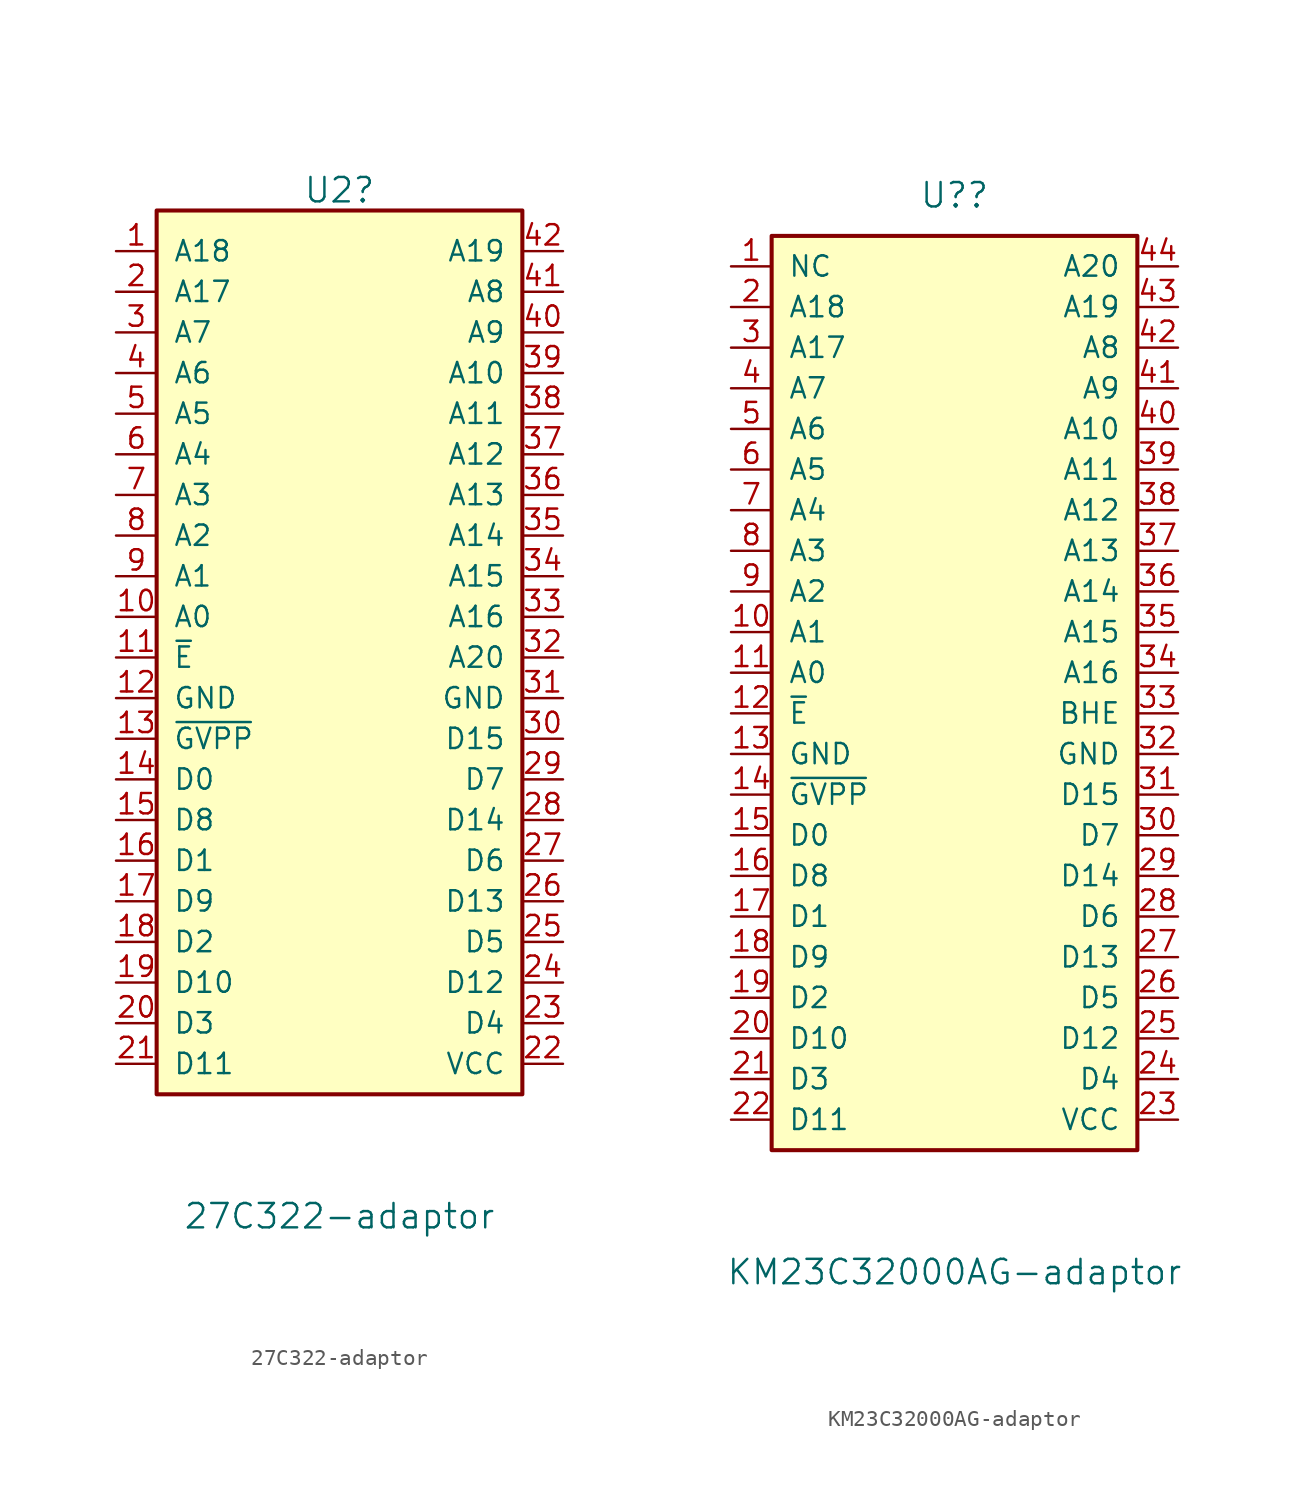
<source format=kicad_sym>
(kicad_symbol_lib
  (version 20211014)
  (generator kicad_symbol_editor)
  (symbol "27C322-adaptor"
    (pin_names
      (offset 1.016))
    (property "Reference" "U2"
      (at -2.54 10.16 0)
      (effects (font (size 1.524 1.524))))
    (property "Value" "27C322-adaptor"
      (at -2.54 -53.975 0)
      (effects (font (size 1.524 1.524))))
    (property "Datasheet" ""
      (at 0 0 0)
      (effects (font (size 1.524 1.524))))
    (symbol "27C322-adaptor_0_0"
      (pin power_in line (at 11.43 -21.59 180) (length 2.54) (name "GND" (effects (font (size 1.27 1.27)))) (number "31" (effects (font (size 1.27 1.27))))))
    (symbol "27C322-adaptor_1_1"
      (rectangle (start -13.97 8.89) (end 8.89 -46.355) (stroke (width 0.254) (type default) (color 0 0 0 0)) (fill (type background)))
      (pin input line (at -16.51 6.35 0) (length 2.54) (name "A18" (effects (font (size 1.27 1.27)))) (number "1" (effects (font (size 1.27 1.27)))))
      (pin input line (at -16.51 -16.51 0) (length 2.54) (name "A0" (effects (font (size 1.27 1.27)))) (number "10" (effects (font (size 1.27 1.27)))))
      (pin input line (at -16.51 -19.05 0) (length 2.54) (name "~{E}" (effects (font (size 1.27 1.27)))) (number "11" (effects (font (size 1.27 1.27)))))
      (pin power_in line (at -16.51 -21.59 0) (length 2.54) (name "GND" (effects (font (size 1.27 1.27)))) (number "12" (effects (font (size 1.27 1.27)))))
      (pin input line (at -16.51 -24.13 0) (length 2.54) (name "~{GVPP}" (effects (font (size 1.27 1.27)))) (number "13" (effects (font (size 1.27 1.27)))))
      (pin tri_state line (at -16.51 -26.67 0) (length 2.54) (name "D0" (effects (font (size 1.27 1.27)))) (number "14" (effects (font (size 1.27 1.27)))))
      (pin tri_state line (at -16.51 -29.21 0) (length 2.54) (name "D8" (effects (font (size 1.27 1.27)))) (number "15" (effects (font (size 1.27 1.27)))))
      (pin tri_state line (at -16.51 -31.75 0) (length 2.54) (name "D1" (effects (font (size 1.27 1.27)))) (number "16" (effects (font (size 1.27 1.27)))))
      (pin tri_state line (at -16.51 -34.29 0) (length 2.54) (name "D9" (effects (font (size 1.27 1.27)))) (number "17" (effects (font (size 1.27 1.27)))))
      (pin tri_state line (at -16.51 -36.83 0) (length 2.54) (name "D2" (effects (font (size 1.27 1.27)))) (number "18" (effects (font (size 1.27 1.27)))))
      (pin tri_state line (at -16.51 -39.37 0) (length 2.54) (name "D10" (effects (font (size 1.27 1.27)))) (number "19" (effects (font (size 1.27 1.27)))))
      (pin input line (at -16.51 3.81 0) (length 2.54) (name "A17" (effects (font (size 1.27 1.27)))) (number "2" (effects (font (size 1.27 1.27)))))
      (pin tri_state line (at -16.51 -41.91 0) (length 2.54) (name "D3" (effects (font (size 1.27 1.27)))) (number "20" (effects (font (size 1.27 1.27)))))
      (pin tri_state line (at -16.51 -44.45 0) (length 2.54) (name "D11" (effects (font (size 1.27 1.27)))) (number "21" (effects (font (size 1.27 1.27)))))
      (pin power_in line (at 11.43 -44.45 180) (length 2.54) (name "VCC" (effects (font (size 1.27 1.27)))) (number "22" (effects (font (size 1.27 1.27)))))
      (pin tri_state line (at 11.43 -41.91 180) (length 2.54) (name "D4" (effects (font (size 1.27 1.27)))) (number "23" (effects (font (size 1.27 1.27)))))
      (pin tri_state line (at 11.43 -39.37 180) (length 2.54) (name "D12" (effects (font (size 1.27 1.27)))) (number "24" (effects (font (size 1.27 1.27)))))
      (pin tri_state line (at 11.43 -36.83 180) (length 2.54) (name "D5" (effects (font (size 1.27 1.27)))) (number "25" (effects (font (size 1.27 1.27)))))
      (pin tri_state line (at 11.43 -34.29 180) (length 2.54) (name "D13" (effects (font (size 1.27 1.27)))) (number "26" (effects (font (size 1.27 1.27)))))
      (pin tri_state line (at 11.43 -31.75 180) (length 2.54) (name "D6" (effects (font (size 1.27 1.27)))) (number "27" (effects (font (size 1.27 1.27)))))
      (pin tri_state line (at 11.43 -29.21 180) (length 2.54) (name "D14" (effects (font (size 1.27 1.27)))) (number "28" (effects (font (size 1.27 1.27)))))
      (pin tri_state line (at 11.43 -26.67 180) (length 2.54) (name "D7" (effects (font (size 1.27 1.27)))) (number "29" (effects (font (size 1.27 1.27)))))
      (pin input line (at -16.51 1.27 0) (length 2.54) (name "A7" (effects (font (size 1.27 1.27)))) (number "3" (effects (font (size 1.27 1.27)))))
      (pin tri_state line (at 11.43 -24.13 180) (length 2.54) (name "D15" (effects (font (size 1.27 1.27)))) (number "30" (effects (font (size 1.27 1.27)))))
      (pin input line (at 11.43 -19.05 180) (length 2.54) (name "A20" (effects (font (size 1.27 1.27)))) (number "32" (effects (font (size 1.27 1.27)))))
      (pin input line (at 11.43 -16.51 180) (length 2.54) (name "A16" (effects (font (size 1.27 1.27)))) (number "33" (effects (font (size 1.27 1.27)))))
      (pin input line (at 11.43 -13.97 180) (length 2.54) (name "A15" (effects (font (size 1.27 1.27)))) (number "34" (effects (font (size 1.27 1.27)))))
      (pin input line (at 11.43 -11.43 180) (length 2.54) (name "A14" (effects (font (size 1.27 1.27)))) (number "35" (effects (font (size 1.27 1.27)))))
      (pin input line (at 11.43 -8.89 180) (length 2.54) (name "A13" (effects (font (size 1.27 1.27)))) (number "36" (effects (font (size 1.27 1.27)))))
      (pin input line (at 11.43 -6.35 180) (length 2.54) (name "A12" (effects (font (size 1.27 1.27)))) (number "37" (effects (font (size 1.27 1.27)))))
      (pin input line (at 11.43 -3.81 180) (length 2.54) (name "A11" (effects (font (size 1.27 1.27)))) (number "38" (effects (font (size 1.27 1.27)))))
      (pin input line (at 11.43 -1.27 180) (length 2.54) (name "A10" (effects (font (size 1.27 1.27)))) (number "39" (effects (font (size 1.27 1.27)))))
      (pin input line (at -16.51 -1.27 0) (length 2.54) (name "A6" (effects (font (size 1.27 1.27)))) (number "4" (effects (font (size 1.27 1.27)))))
      (pin input line (at 11.43 1.27 180) (length 2.54) (name "A9" (effects (font (size 1.27 1.27)))) (number "40" (effects (font (size 1.27 1.27)))))
      (pin input line (at 11.43 3.81 180) (length 2.54) (name "A8" (effects (font (size 1.27 1.27)))) (number "41" (effects (font (size 1.27 1.27)))))
      (pin input line (at 11.43 6.35 180) (length 2.54) (name "A19" (effects (font (size 1.27 1.27)))) (number "42" (effects (font (size 1.27 1.27)))))
      (pin input line (at -16.51 -3.81 0) (length 2.54) (name "A5" (effects (font (size 1.27 1.27)))) (number "5" (effects (font (size 1.27 1.27)))))
      (pin input line (at -16.51 -6.35 0) (length 2.54) (name "A4" (effects (font (size 1.27 1.27)))) (number "6" (effects (font (size 1.27 1.27)))))
      (pin input line (at -16.51 -8.89 0) (length 2.54) (name "A3" (effects (font (size 1.27 1.27)))) (number "7" (effects (font (size 1.27 1.27)))))
      (pin input line (at -16.51 -11.43 0) (length 2.54) (name "A2" (effects (font (size 1.27 1.27)))) (number "8" (effects (font (size 1.27 1.27)))))
      (pin input line (at -16.51 -13.97 0) (length 2.54) (name "A1" (effects (font (size 1.27 1.27)))) (number "9" (effects (font (size 1.27 1.27)))))))
  (symbol "KM23C32000AG-adaptor"
    (pin_names
      (offset 1.016))
    (property "Reference" "U?"
      (at -2.54 13.335 0)
      (effects (font (size 1.524 1.524))))
    (property "Value" "KM23C32000AG-adaptor"
      (at -2.54 -53.975 0)
      (effects (font (size 1.524 1.524))))
    (property "Datasheet" ""
      (at 0 0 0)
      (effects (font (size 1.524 1.524))))
    (symbol "KM23C32000AG-adaptor_0_0"
      (pin power_in line (at 11.43 -21.59 180) (length 2.54) (name "GND" (effects (font (size 1.27 1.27)))) (number "32" (effects (font (size 1.27 1.27))))))
    (symbol "KM23C32000AG-adaptor_1_1"
      (rectangle (start -13.97 10.795) (end 8.89 -46.355) (stroke (width 0.254) (type default) (color 0 0 0 0)) (fill (type background)))
      (pin input line (at -16.51 8.89 0) (length 2.54) (name "NC" (effects (font (size 1.27 1.27)))) (number "1" (effects (font (size 1.27 1.27)))))
      (pin input line (at -16.51 -13.97 0) (length 2.54) (name "A1" (effects (font (size 1.27 1.27)))) (number "10" (effects (font (size 1.27 1.27)))))
      (pin input line (at -16.51 -16.51 0) (length 2.54) (name "A0" (effects (font (size 1.27 1.27)))) (number "11" (effects (font (size 1.27 1.27)))))
      (pin input line (at -16.51 -19.05 0) (length 2.54) (name "~{E}" (effects (font (size 1.27 1.27)))) (number "12" (effects (font (size 1.27 1.27)))))
      (pin power_in line (at -16.51 -21.59 0) (length 2.54) (name "GND" (effects (font (size 1.27 1.27)))) (number "13" (effects (font (size 1.27 1.27)))))
      (pin input line (at -16.51 -24.13 0) (length 2.54) (name "~{GVPP}" (effects (font (size 1.27 1.27)))) (number "14" (effects (font (size 1.27 1.27)))))
      (pin tri_state line (at -16.51 -26.67 0) (length 2.54) (name "D0" (effects (font (size 1.27 1.27)))) (number "15" (effects (font (size 1.27 1.27)))))
      (pin tri_state line (at -16.51 -29.21 0) (length 2.54) (name "D8" (effects (font (size 1.27 1.27)))) (number "16" (effects (font (size 1.27 1.27)))))
      (pin tri_state line (at -16.51 -31.75 0) (length 2.54) (name "D1" (effects (font (size 1.27 1.27)))) (number "17" (effects (font (size 1.27 1.27)))))
      (pin tri_state line (at -16.51 -34.29 0) (length 2.54) (name "D9" (effects (font (size 1.27 1.27)))) (number "18" (effects (font (size 1.27 1.27)))))
      (pin tri_state line (at -16.51 -36.83 0) (length 2.54) (name "D2" (effects (font (size 1.27 1.27)))) (number "19" (effects (font (size 1.27 1.27)))))
      (pin input line (at -16.51 6.35 0) (length 2.54) (name "A18" (effects (font (size 1.27 1.27)))) (number "2" (effects (font (size 1.27 1.27)))))
      (pin tri_state line (at -16.51 -39.37 0) (length 2.54) (name "D10" (effects (font (size 1.27 1.27)))) (number "20" (effects (font (size 1.27 1.27)))))
      (pin tri_state line (at -16.51 -41.91 0) (length 2.54) (name "D3" (effects (font (size 1.27 1.27)))) (number "21" (effects (font (size 1.27 1.27)))))
      (pin tri_state line (at -16.51 -44.45 0) (length 2.54) (name "D11" (effects (font (size 1.27 1.27)))) (number "22" (effects (font (size 1.27 1.27)))))
      (pin power_in line (at 11.43 -44.45 180) (length 2.54) (name "VCC" (effects (font (size 1.27 1.27)))) (number "23" (effects (font (size 1.27 1.27)))))
      (pin tri_state line (at 11.43 -41.91 180) (length 2.54) (name "D4" (effects (font (size 1.27 1.27)))) (number "24" (effects (font (size 1.27 1.27)))))
      (pin tri_state line (at 11.43 -39.37 180) (length 2.54) (name "D12" (effects (font (size 1.27 1.27)))) (number "25" (effects (font (size 1.27 1.27)))))
      (pin tri_state line (at 11.43 -36.83 180) (length 2.54) (name "D5" (effects (font (size 1.27 1.27)))) (number "26" (effects (font (size 1.27 1.27)))))
      (pin tri_state line (at 11.43 -34.29 180) (length 2.54) (name "D13" (effects (font (size 1.27 1.27)))) (number "27" (effects (font (size 1.27 1.27)))))
      (pin tri_state line (at 11.43 -31.75 180) (length 2.54) (name "D6" (effects (font (size 1.27 1.27)))) (number "28" (effects (font (size 1.27 1.27)))))
      (pin tri_state line (at 11.43 -29.21 180) (length 2.54) (name "D14" (effects (font (size 1.27 1.27)))) (number "29" (effects (font (size 1.27 1.27)))))
      (pin input line (at -16.51 3.81 0) (length 2.54) (name "A17" (effects (font (size 1.27 1.27)))) (number "3" (effects (font (size 1.27 1.27)))))
      (pin tri_state line (at 11.43 -26.67 180) (length 2.54) (name "D7" (effects (font (size 1.27 1.27)))) (number "30" (effects (font (size 1.27 1.27)))))
      (pin tri_state line (at 11.43 -24.13 180) (length 2.54) (name "D15" (effects (font (size 1.27 1.27)))) (number "31" (effects (font (size 1.27 1.27)))))
      (pin input line (at 11.43 -19.05 180) (length 2.54) (name "BHE" (effects (font (size 1.27 1.27)))) (number "33" (effects (font (size 1.27 1.27)))))
      (pin input line (at 11.43 -16.51 180) (length 2.54) (name "A16" (effects (font (size 1.27 1.27)))) (number "34" (effects (font (size 1.27 1.27)))))
      (pin input line (at 11.43 -13.97 180) (length 2.54) (name "A15" (effects (font (size 1.27 1.27)))) (number "35" (effects (font (size 1.27 1.27)))))
      (pin input line (at 11.43 -11.43 180) (length 2.54) (name "A14" (effects (font (size 1.27 1.27)))) (number "36" (effects (font (size 1.27 1.27)))))
      (pin input line (at 11.43 -8.89 180) (length 2.54) (name "A13" (effects (font (size 1.27 1.27)))) (number "37" (effects (font (size 1.27 1.27)))))
      (pin input line (at 11.43 -6.35 180) (length 2.54) (name "A12" (effects (font (size 1.27 1.27)))) (number "38" (effects (font (size 1.27 1.27)))))
      (pin input line (at 11.43 -3.81 180) (length 2.54) (name "A11" (effects (font (size 1.27 1.27)))) (number "39" (effects (font (size 1.27 1.27)))))
      (pin input line (at -16.51 1.27 0) (length 2.54) (name "A7" (effects (font (size 1.27 1.27)))) (number "4" (effects (font (size 1.27 1.27)))))
      (pin input line (at 11.43 -1.27 180) (length 2.54) (name "A10" (effects (font (size 1.27 1.27)))) (number "40" (effects (font (size 1.27 1.27)))))
      (pin input line (at 11.43 1.27 180) (length 2.54) (name "A9" (effects (font (size 1.27 1.27)))) (number "41" (effects (font (size 1.27 1.27)))))
      (pin input line (at 11.43 3.81 180) (length 2.54) (name "A8" (effects (font (size 1.27 1.27)))) (number "42" (effects (font (size 1.27 1.27)))))
      (pin input line (at 11.43 6.35 180) (length 2.54) (name "A19" (effects (font (size 1.27 1.27)))) (number "43" (effects (font (size 1.27 1.27)))))
      (pin input line (at 11.43 8.89 180) (length 2.54) (name "A20" (effects (font (size 1.27 1.27)))) (number "44" (effects (font (size 1.27 1.27)))))
      (pin input line (at -16.51 -1.27 0) (length 2.54) (name "A6" (effects (font (size 1.27 1.27)))) (number "5" (effects (font (size 1.27 1.27)))))
      (pin input line (at -16.51 -3.81 0) (length 2.54) (name "A5" (effects (font (size 1.27 1.27)))) (number "6" (effects (font (size 1.27 1.27)))))
      (pin input line (at -16.51 -6.35 0) (length 2.54) (name "A4" (effects (font (size 1.27 1.27)))) (number "7" (effects (font (size 1.27 1.27)))))
      (pin input line (at -16.51 -8.89 0) (length 2.54) (name "A3" (effects (font (size 1.27 1.27)))) (number "8" (effects (font (size 1.27 1.27)))))
      (pin input line (at -16.51 -11.43 0) (length 2.54) (name "A2" (effects (font (size 1.27 1.27)))) (number "9" (effects (font (size 1.27 1.27))))))))
</source>
